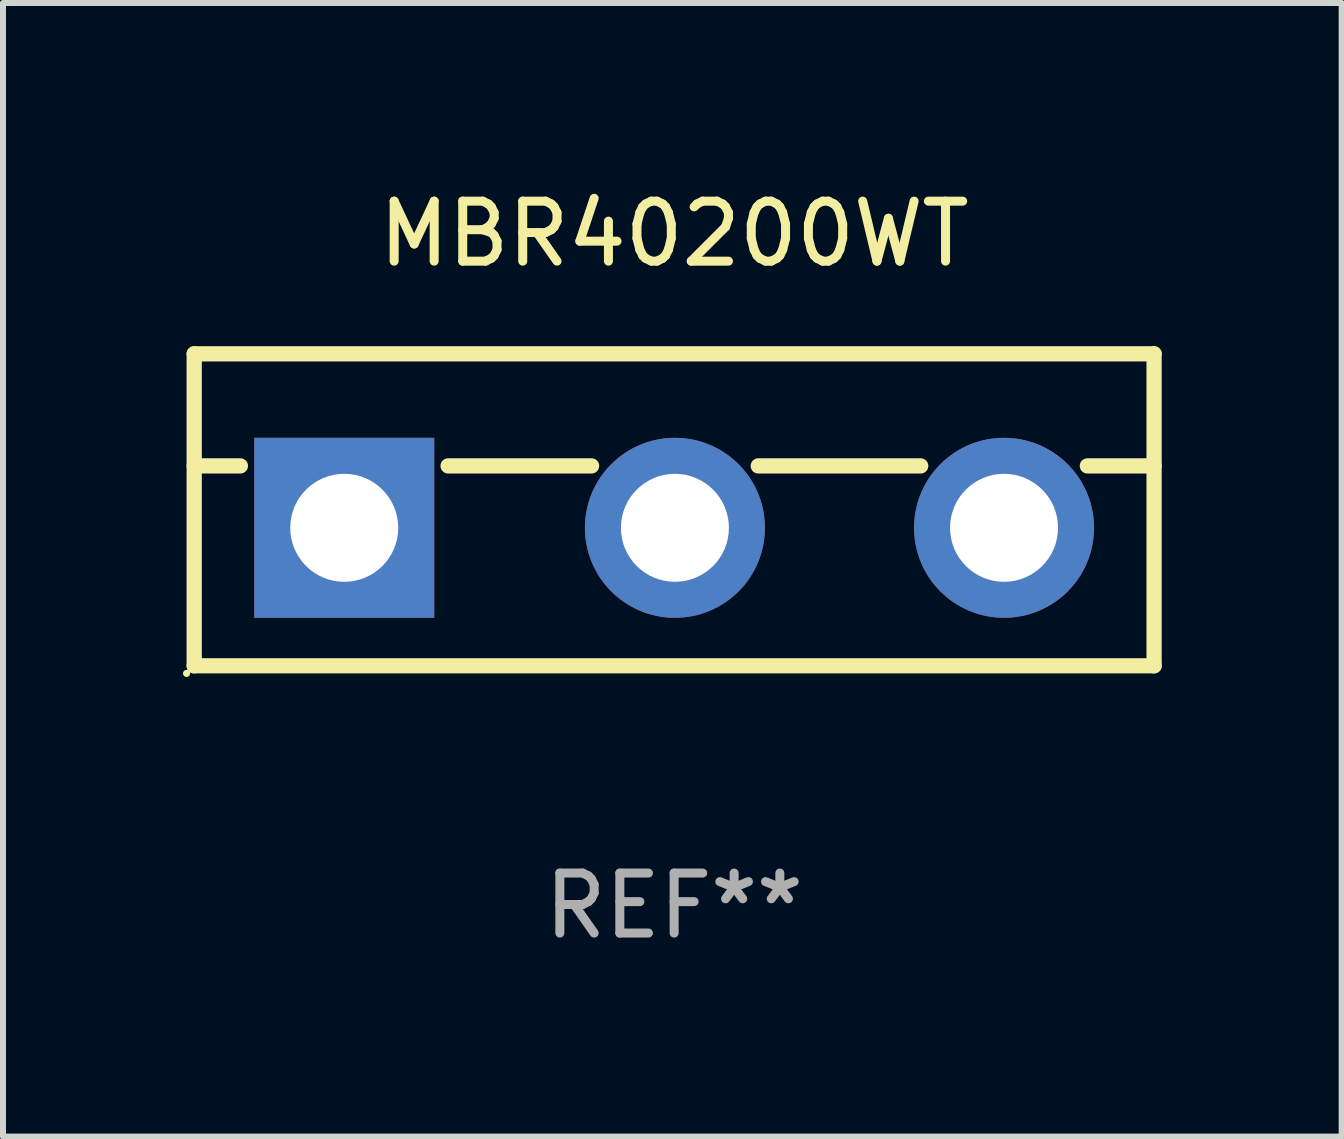
<source format=kicad_pcb>
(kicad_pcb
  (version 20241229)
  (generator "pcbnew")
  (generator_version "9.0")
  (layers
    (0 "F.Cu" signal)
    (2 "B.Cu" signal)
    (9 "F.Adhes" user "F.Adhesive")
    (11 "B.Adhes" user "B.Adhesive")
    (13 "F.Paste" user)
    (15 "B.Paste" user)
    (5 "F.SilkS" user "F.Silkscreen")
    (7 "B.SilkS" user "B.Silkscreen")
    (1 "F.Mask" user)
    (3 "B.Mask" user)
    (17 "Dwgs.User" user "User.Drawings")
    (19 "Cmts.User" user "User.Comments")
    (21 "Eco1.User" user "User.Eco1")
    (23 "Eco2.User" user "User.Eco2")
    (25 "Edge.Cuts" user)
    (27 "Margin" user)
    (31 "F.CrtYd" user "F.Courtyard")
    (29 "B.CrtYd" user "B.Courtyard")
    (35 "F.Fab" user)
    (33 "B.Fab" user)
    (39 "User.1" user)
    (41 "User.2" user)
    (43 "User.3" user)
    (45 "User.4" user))
  (footprint "MBR40200WT"
    (layer "F.Cu")
    (at 8.187 5.448)
    (property "Reference" "MBR40200WT" (at 0 -4.6 0) (layer "F.SilkS") (effects (font (size 1 1) (thickness 0.15))))
    (attr through_hole)
    (fp_line (start -8 -2.6) (end -8 2.6) (stroke (width 0.254) (type solid)) (layer "F.SilkS"))
    (fp_line (start -8 -2.6) (end 8 -2.6) (stroke (width 0.254) (type solid)) (layer "F.SilkS"))
    (fp_line (start -8 -0.732) (end -7.23 -0.732) (stroke (width 0.254) (type solid)) (layer "F.SilkS"))
    (fp_line (start -8 2.6) (end 8 2.6) (stroke (width 0.254) (type solid)) (layer "F.SilkS"))
    (fp_line (start -3.768 -0.732) (end -1.376 -0.732) (stroke (width 0.254) (type solid)) (layer "F.SilkS"))
    (fp_line (start 1.402 -0.732) (end 4.11 -0.732) (stroke (width 0.254) (type solid)) (layer "F.SilkS"))
    (fp_line (start 6.888 -0.732) (end 8 -0.732) (stroke (width 0.254) (type solid)) (layer "F.SilkS"))
    (fp_line (start 8 -2.6) (end 8 2.6) (stroke (width 0.254) (type solid)) (layer "F.SilkS"))
    (fp_circle (center -8.127 2.727) (end -8.097 2.727) (stroke (width 0.06) (type solid)) (fill no) (layer "F.SilkS"))
    (fp_text user "REF**" (at 0 6.6 0) (layer "F.Fab") (effects (font (size 1 1) (thickness 0.15))))
    (pad "1" thru_hole rect (at -5.499 0.3) (size 3 3) (drill 1.8) (layers "*.Cu" "*.Mask"))
    (pad "2" thru_hole circle (at 0.013 0.3) (size 3 3) (drill 1.8) (layers "*.Cu" "*.Mask"))
    (pad "3" thru_hole circle (at 5.499 0.3) (size 3 3) (drill 1.8) (layers "*.Cu" "*.Mask")))
  (gr_rect
    (start -3 -3)
    (end 19.314 15.896)
    (stroke (width 0.1) (type default))
    (fill no)
    (layer "Edge.Cuts")))
</source>
